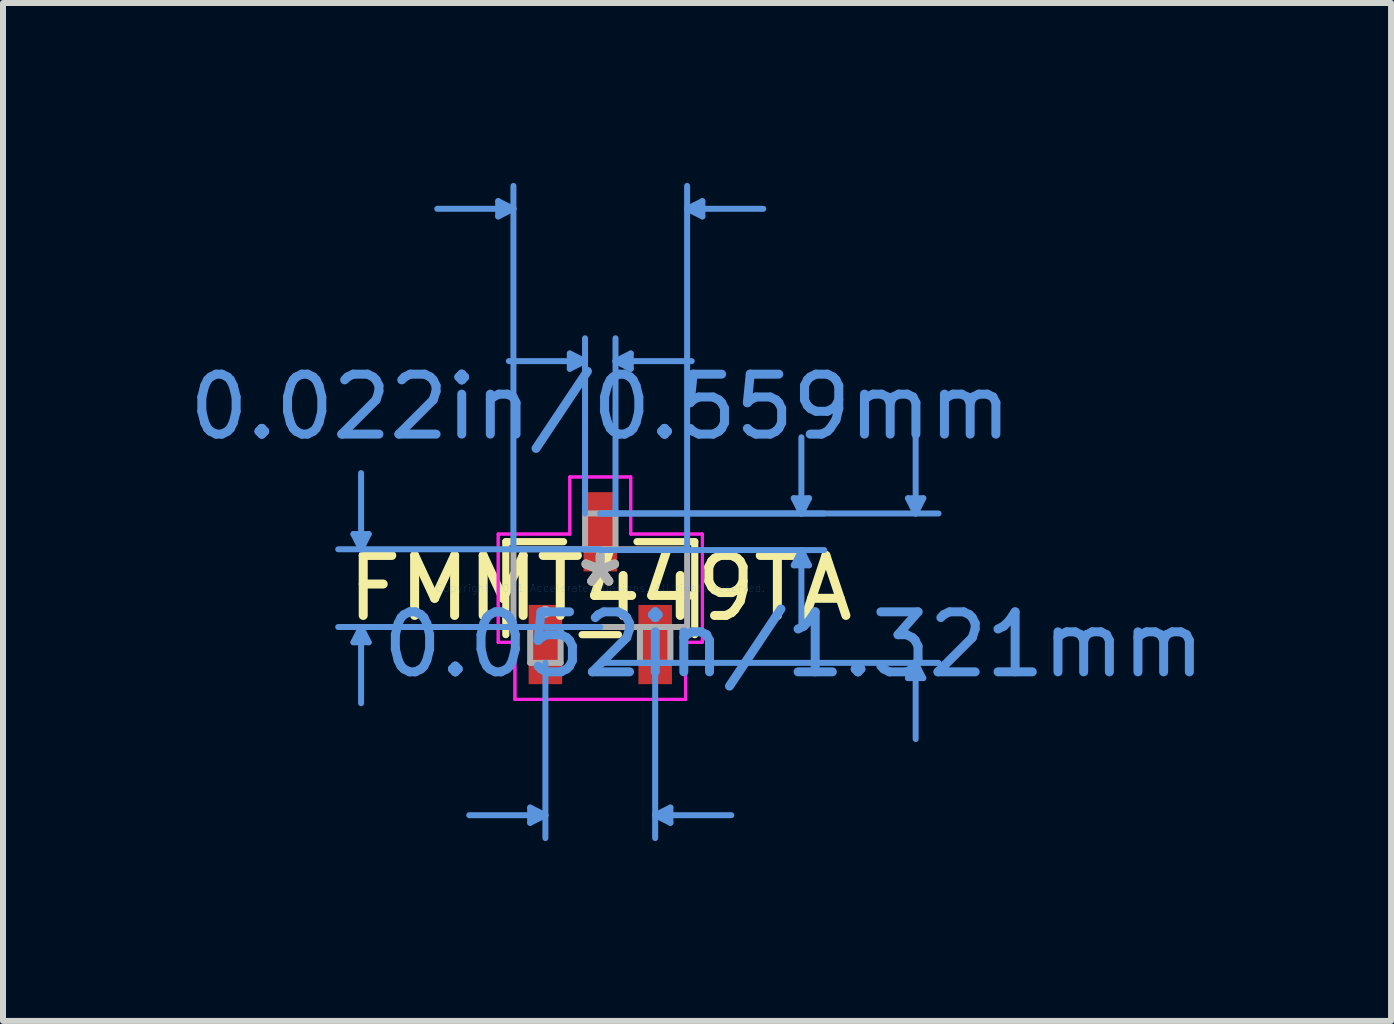
<source format=kicad_pcb>
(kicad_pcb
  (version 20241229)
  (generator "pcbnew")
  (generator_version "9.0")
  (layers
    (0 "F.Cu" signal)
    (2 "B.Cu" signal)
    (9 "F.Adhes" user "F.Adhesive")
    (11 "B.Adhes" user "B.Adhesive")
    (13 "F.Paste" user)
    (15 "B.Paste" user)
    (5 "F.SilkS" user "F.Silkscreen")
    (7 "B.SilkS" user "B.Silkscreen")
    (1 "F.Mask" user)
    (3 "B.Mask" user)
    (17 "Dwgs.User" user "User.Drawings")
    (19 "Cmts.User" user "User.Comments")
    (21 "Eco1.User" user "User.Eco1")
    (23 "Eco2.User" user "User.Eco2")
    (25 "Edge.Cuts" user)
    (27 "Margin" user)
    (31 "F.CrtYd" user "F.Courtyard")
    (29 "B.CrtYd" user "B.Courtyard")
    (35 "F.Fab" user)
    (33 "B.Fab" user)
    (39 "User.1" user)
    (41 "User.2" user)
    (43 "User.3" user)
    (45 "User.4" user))
  (footprint "FMMT449TA"
    (layer "F.Cu")
    (at 6.958 6.756)
    (property "Reference" "FMMT449TA" (at 0 0 0) (layer "F.SilkS") (effects (font (size 1 1) (thickness 0.15))))
    (attr through_hole)
    (fp_line (start -1.575 -0.775) (end -1.575 0.775) (stroke (width 0.12) (type solid)) (layer "F.SilkS"))
    (fp_line (start -0.612 -0.775) (end -1.575 -0.775) (stroke (width 0.12) (type solid)) (layer "F.SilkS"))
    (fp_line (start -0.303 0.775) (end 0.303 0.775) (stroke (width 0.12) (type solid)) (layer "F.SilkS"))
    (fp_line (start 1.575 -0.775) (end 0.612 -0.775) (stroke (width 0.12) (type solid)) (layer "F.SilkS"))
    (fp_line (start 1.575 0.775) (end 1.575 -0.775) (stroke (width 0.12) (type solid)) (layer "F.SilkS"))
    (fp_line (start -4.115 -0.902) (end -3.861 -0.902) (stroke (width 0.1) (type solid)) (layer "Cmts.User"))
    (fp_line (start -4.115 0.902) (end -3.861 0.902) (stroke (width 0.1) (type solid)) (layer "Cmts.User"))
    (fp_line (start -3.988 -0.648) (end -4.115 -0.902) (stroke (width 0.1) (type solid)) (layer "Cmts.User"))
    (fp_line (start -3.988 -0.648) (end -3.988 -1.918) (stroke (width 0.1) (type solid)) (layer "Cmts.User"))
    (fp_line (start -3.988 -0.648) (end -3.861 -0.902) (stroke (width 0.1) (type solid)) (layer "Cmts.User"))
    (fp_line (start -3.988 0.648) (end -4.115 0.902) (stroke (width 0.1) (type solid)) (layer "Cmts.User"))
    (fp_line (start -3.988 0.648) (end -3.988 1.918) (stroke (width 0.1) (type solid)) (layer "Cmts.User"))
    (fp_line (start -3.988 0.648) (end -3.861 0.902) (stroke (width 0.1) (type solid)) (layer "Cmts.User"))
    (fp_line (start -1.702 -6.452) (end -1.702 -6.198) (stroke (width 0.1) (type solid)) (layer "Cmts.User"))
    (fp_line (start -1.448 -6.325) (end -2.718 -6.325) (stroke (width 0.1) (type solid)) (layer "Cmts.User"))
    (fp_line (start -1.448 -6.325) (end -1.702 -6.452) (stroke (width 0.1) (type solid)) (layer "Cmts.User"))
    (fp_line (start -1.448 -6.325) (end -1.702 -6.198) (stroke (width 0.1) (type solid)) (layer "Cmts.User"))
    (fp_line (start -1.448 -0.648) (end -1.448 -6.706) (stroke (width 0.1) (type solid)) (layer "Cmts.User"))
    (fp_line (start -1.169 3.658) (end -1.169 3.912) (stroke (width 0.1) (type solid)) (layer "Cmts.User"))
    (fp_line (start -0.915 1.245) (end -0.915 4.166) (stroke (width 0.1) (type solid)) (layer "Cmts.User"))
    (fp_line (start -0.915 3.785) (end -2.185 3.785) (stroke (width 0.1) (type solid)) (layer "Cmts.User"))
    (fp_line (start -0.915 3.785) (end -1.169 3.658) (stroke (width 0.1) (type solid)) (layer "Cmts.User"))
    (fp_line (start -0.915 3.785) (end -1.169 3.912) (stroke (width 0.1) (type solid)) (layer "Cmts.User"))
    (fp_line (start -0.508 -3.912) (end -0.508 -3.658) (stroke (width 0.1) (type solid)) (layer "Cmts.User"))
    (fp_line (start -0.254 -3.785) (end -1.524 -3.785) (stroke (width 0.1) (type solid)) (layer "Cmts.User"))
    (fp_line (start -0.254 -3.785) (end -0.508 -3.912) (stroke (width 0.1) (type solid)) (layer "Cmts.User"))
    (fp_line (start -0.254 -3.785) (end -0.508 -3.658) (stroke (width 0.1) (type solid)) (layer "Cmts.User"))
    (fp_line (start -0.254 -1.245) (end -0.254 -4.166) (stroke (width 0.1) (type solid)) (layer "Cmts.User"))
    (fp_line (start 0 -1.245) (end 3.734 -1.245) (stroke (width 0.1) (type solid)) (layer "Cmts.User"))
    (fp_line (start 0 -1.245) (end 5.639 -1.245) (stroke (width 0.1) (type solid)) (layer "Cmts.User"))
    (fp_line (start 0 -0.648) (end -4.369 -0.648) (stroke (width 0.1) (type solid)) (layer "Cmts.User"))
    (fp_line (start 0 -0.635) (end 3.734 -0.635) (stroke (width 0.1) (type solid)) (layer "Cmts.User"))
    (fp_line (start 0 0.648) (end -4.369 0.648) (stroke (width 0.1) (type solid)) (layer "Cmts.User"))
    (fp_line (start 0 1.245) (end 5.639 1.245) (stroke (width 0.1) (type solid)) (layer "Cmts.User"))
    (fp_line (start 0.254 -3.785) (end 0.508 -3.912) (stroke (width 0.1) (type solid)) (layer "Cmts.User"))
    (fp_line (start 0.254 -3.785) (end 0.508 -3.658) (stroke (width 0.1) (type solid)) (layer "Cmts.User"))
    (fp_line (start 0.254 -3.785) (end 1.524 -3.785) (stroke (width 0.1) (type solid)) (layer "Cmts.User"))
    (fp_line (start 0.254 -1.245) (end 0.254 -4.166) (stroke (width 0.1) (type solid)) (layer "Cmts.User"))
    (fp_line (start 0.508 -3.912) (end 0.508 -3.658) (stroke (width 0.1) (type solid)) (layer "Cmts.User"))
    (fp_line (start 0.915 1.245) (end 0.915 4.166) (stroke (width 0.1) (type solid)) (layer "Cmts.User"))
    (fp_line (start 0.915 3.785) (end 1.169 3.658) (stroke (width 0.1) (type solid)) (layer "Cmts.User"))
    (fp_line (start 0.915 3.785) (end 1.169 3.912) (stroke (width 0.1) (type solid)) (layer "Cmts.User"))
    (fp_line (start 0.915 3.785) (end 2.185 3.785) (stroke (width 0.1) (type solid)) (layer "Cmts.User"))
    (fp_line (start 1.169 3.658) (end 1.169 3.912) (stroke (width 0.1) (type solid)) (layer "Cmts.User"))
    (fp_line (start 1.448 -6.325) (end 1.702 -6.452) (stroke (width 0.1) (type solid)) (layer "Cmts.User"))
    (fp_line (start 1.448 -6.325) (end 1.702 -6.198) (stroke (width 0.1) (type solid)) (layer "Cmts.User"))
    (fp_line (start 1.448 -6.325) (end 2.718 -6.325) (stroke (width 0.1) (type solid)) (layer "Cmts.User"))
    (fp_line (start 1.448 -0.648) (end 1.448 -6.706) (stroke (width 0.1) (type solid)) (layer "Cmts.User"))
    (fp_line (start 1.702 -6.452) (end 1.702 -6.198) (stroke (width 0.1) (type solid)) (layer "Cmts.User"))
    (fp_line (start 3.226 -1.499) (end 3.48 -1.499) (stroke (width 0.1) (type solid)) (layer "Cmts.User"))
    (fp_line (start 3.226 -0.381) (end 3.48 -0.381) (stroke (width 0.1) (type solid)) (layer "Cmts.User"))
    (fp_line (start 3.353 -1.245) (end 3.226 -1.499) (stroke (width 0.1) (type solid)) (layer "Cmts.User"))
    (fp_line (start 3.353 -1.245) (end 3.353 -2.515) (stroke (width 0.1) (type solid)) (layer "Cmts.User"))
    (fp_line (start 3.353 -1.245) (end 3.48 -1.499) (stroke (width 0.1) (type solid)) (layer "Cmts.User"))
    (fp_line (start 3.353 -0.635) (end 3.226 -0.381) (stroke (width 0.1) (type solid)) (layer "Cmts.User"))
    (fp_line (start 3.353 -0.635) (end 3.353 0.635) (stroke (width 0.1) (type solid)) (layer "Cmts.User"))
    (fp_line (start 3.353 -0.635) (end 3.48 -0.381) (stroke (width 0.1) (type solid)) (layer "Cmts.User"))
    (fp_line (start 5.131 -1.499) (end 5.385 -1.499) (stroke (width 0.1) (type solid)) (layer "Cmts.User"))
    (fp_line (start 5.131 1.499) (end 5.385 1.499) (stroke (width 0.1) (type solid)) (layer "Cmts.User"))
    (fp_line (start 5.258 -1.245) (end 5.131 -1.499) (stroke (width 0.1) (type solid)) (layer "Cmts.User"))
    (fp_line (start 5.258 -1.245) (end 5.258 -2.515) (stroke (width 0.1) (type solid)) (layer "Cmts.User"))
    (fp_line (start 5.258 -1.245) (end 5.385 -1.499) (stroke (width 0.1) (type solid)) (layer "Cmts.User"))
    (fp_line (start 5.258 1.245) (end 5.131 1.499) (stroke (width 0.1) (type solid)) (layer "Cmts.User"))
    (fp_line (start 5.258 1.245) (end 5.258 2.515) (stroke (width 0.1) (type solid)) (layer "Cmts.User"))
    (fp_line (start 5.258 1.245) (end 5.385 1.499) (stroke (width 0.1) (type solid)) (layer "Cmts.User"))
    (fp_line (start -1.702 -0.902) (end -0.508 -0.902) (stroke (width 0.05) (type solid)) (layer "F.CrtYd"))
    (fp_line (start -1.702 -0.902) (end -0.508 -0.902) (stroke (width 0.05) (type solid)) (layer "F.CrtYd"))
    (fp_line (start -1.702 0.902) (end -1.702 -0.902) (stroke (width 0.05) (type solid)) (layer "F.CrtYd"))
    (fp_line (start -1.702 0.902) (end -1.702 -0.902) (stroke (width 0.05) (type solid)) (layer "F.CrtYd"))
    (fp_line (start -1.702 0.902) (end -1.423 0.902) (stroke (width 0.05) (type solid)) (layer "F.CrtYd"))
    (fp_line (start -1.423 0.902) (end -1.702 0.902) (stroke (width 0.05) (type solid)) (layer "F.CrtYd"))
    (fp_line (start -1.423 0.902) (end -1.423 1.854) (stroke (width 0.05) (type solid)) (layer "F.CrtYd"))
    (fp_line (start -1.423 1.854) (end -1.423 0.902) (stroke (width 0.05) (type solid)) (layer "F.CrtYd"))
    (fp_line (start -1.423 1.854) (end 1.423 1.854) (stroke (width 0.05) (type solid)) (layer "F.CrtYd"))
    (fp_line (start -0.508 -1.854) (end 0.508 -1.854) (stroke (width 0.05) (type solid)) (layer "F.CrtYd"))
    (fp_line (start -0.508 -1.854) (end 0.508 -1.854) (stroke (width 0.05) (type solid)) (layer "F.CrtYd"))
    (fp_line (start -0.508 -0.902) (end -0.508 -1.854) (stroke (width 0.05) (type solid)) (layer "F.CrtYd"))
    (fp_line (start -0.508 -0.902) (end -0.508 -1.854) (stroke (width 0.05) (type solid)) (layer "F.CrtYd"))
    (fp_line (start 0.508 -1.854) (end 0.508 -0.902) (stroke (width 0.05) (type solid)) (layer "F.CrtYd"))
    (fp_line (start 0.508 -0.902) (end 0.508 -1.854) (stroke (width 0.05) (type solid)) (layer "F.CrtYd"))
    (fp_line (start 0.508 -0.902) (end 1.702 -0.902) (stroke (width 0.05) (type solid)) (layer "F.CrtYd"))
    (fp_line (start 1.423 0.902) (end 1.423 1.854) (stroke (width 0.05) (type solid)) (layer "F.CrtYd"))
    (fp_line (start 1.423 0.902) (end 1.423 1.854) (stroke (width 0.05) (type solid)) (layer "F.CrtYd"))
    (fp_line (start 1.423 1.854) (end -1.423 1.854) (stroke (width 0.05) (type solid)) (layer "F.CrtYd"))
    (fp_line (start 1.702 -0.902) (end 0.508 -0.902) (stroke (width 0.05) (type solid)) (layer "F.CrtYd"))
    (fp_line (start 1.702 -0.902) (end 1.702 0.902) (stroke (width 0.05) (type solid)) (layer "F.CrtYd"))
    (fp_line (start 1.702 -0.902) (end 1.702 0.902) (stroke (width 0.05) (type solid)) (layer "F.CrtYd"))
    (fp_line (start 1.702 0.902) (end 1.423 0.902) (stroke (width 0.05) (type solid)) (layer "F.CrtYd"))
    (fp_line (start 1.702 0.902) (end 1.423 0.902) (stroke (width 0.05) (type solid)) (layer "F.CrtYd"))
    (fp_line (start -1.448 -0.648) (end -1.448 0.648) (stroke (width 0.1) (type solid)) (layer "F.Fab"))
    (fp_line (start -1.448 0.648) (end 1.448 0.648) (stroke (width 0.1) (type solid)) (layer "F.Fab"))
    (fp_line (start -1.169 0.648) (end -1.169 1.245) (stroke (width 0.1) (type solid)) (layer "F.Fab"))
    (fp_line (start -1.169 1.245) (end -0.661 1.245) (stroke (width 0.1) (type solid)) (layer "F.Fab"))
    (fp_line (start -0.661 0.648) (end -1.169 0.648) (stroke (width 0.1) (type solid)) (layer "F.Fab"))
    (fp_line (start -0.661 1.245) (end -0.661 0.648) (stroke (width 0.1) (type solid)) (layer "F.Fab"))
    (fp_line (start -0.254 -1.245) (end -0.254 -0.648) (stroke (width 0.1) (type solid)) (layer "F.Fab"))
    (fp_line (start -0.254 -0.648) (end 0.254 -0.648) (stroke (width 0.1) (type solid)) (layer "F.Fab"))
    (fp_line (start 0.254 -1.245) (end -0.254 -1.245) (stroke (width 0.1) (type solid)) (layer "F.Fab"))
    (fp_line (start 0.254 -0.648) (end 0.254 -1.245) (stroke (width 0.1) (type solid)) (layer "F.Fab"))
    (fp_line (start 0.661 0.648) (end 0.661 1.245) (stroke (width 0.1) (type solid)) (layer "F.Fab"))
    (fp_line (start 0.661 1.245) (end 1.169 1.245) (stroke (width 0.1) (type solid)) (layer "F.Fab"))
    (fp_line (start 1.169 0.648) (end 0.661 0.648) (stroke (width 0.1) (type solid)) (layer "F.Fab"))
    (fp_line (start 1.169 1.245) (end 1.169 0.648) (stroke (width 0.1) (type solid)) (layer "F.Fab"))
    (fp_line (start 1.448 -0.648) (end -1.448 -0.648) (stroke (width 0.1) (type solid)) (layer "F.Fab"))
    (fp_line (start 1.448 0.648) (end 1.448 -0.648) (stroke (width 0.1) (type solid)) (layer "F.Fab"))
    (fp_circle (center -0.915 0.394) (end -0.915 0.394) (stroke (width 0.1) (type solid)) (fill no) (layer "F.Fab"))
    (fp_text user "*" (at 0 0 0) (layer "F.SilkS") (effects (font (size 1 1) (thickness 0.15))))
    (fp_text user "0.052in/1.321mm" (at 3.226 0.94 0) (layer "Cmts.User") (effects (font (size 1 1) (thickness 0.15))))
    (fp_text user "Copyright 2021 Accelerated Designs. All rights reserved." (at 0 0 0) (layer "Cmts.User") (effects (font (size 0.127 0.127) (thickness 0.002))))
    (fp_text user "0.022in/0.559mm" (at 0 -3.023 0) (layer "Cmts.User") (effects (font (size 1 1) (thickness 0.15))))
    (fp_text user "*" (at 0 0 0) (layer "F.Fab") (effects (font (size 1 1) (thickness 0.15))))
    (pad "1" smd rect (at -0.915 0.94) (size 0.559 1.321) (layers "F.Cu" "F.Mask" "F.Paste"))
    (pad "2" smd rect (at 0.915 0.94) (size 0.559 1.321) (layers "F.Cu" "F.Mask" "F.Paste"))
    (pad "3" smd rect (at 0 -0.94) (size 0.559 1.321) (layers "F.Cu" "F.Mask" "F.Paste")))
  (gr_rect
    (start -3 -3)
    (end 20.142 13.971)
    (stroke (width 0.1) (type default))
    (fill no)
    (layer "Edge.Cuts")))
</source>
